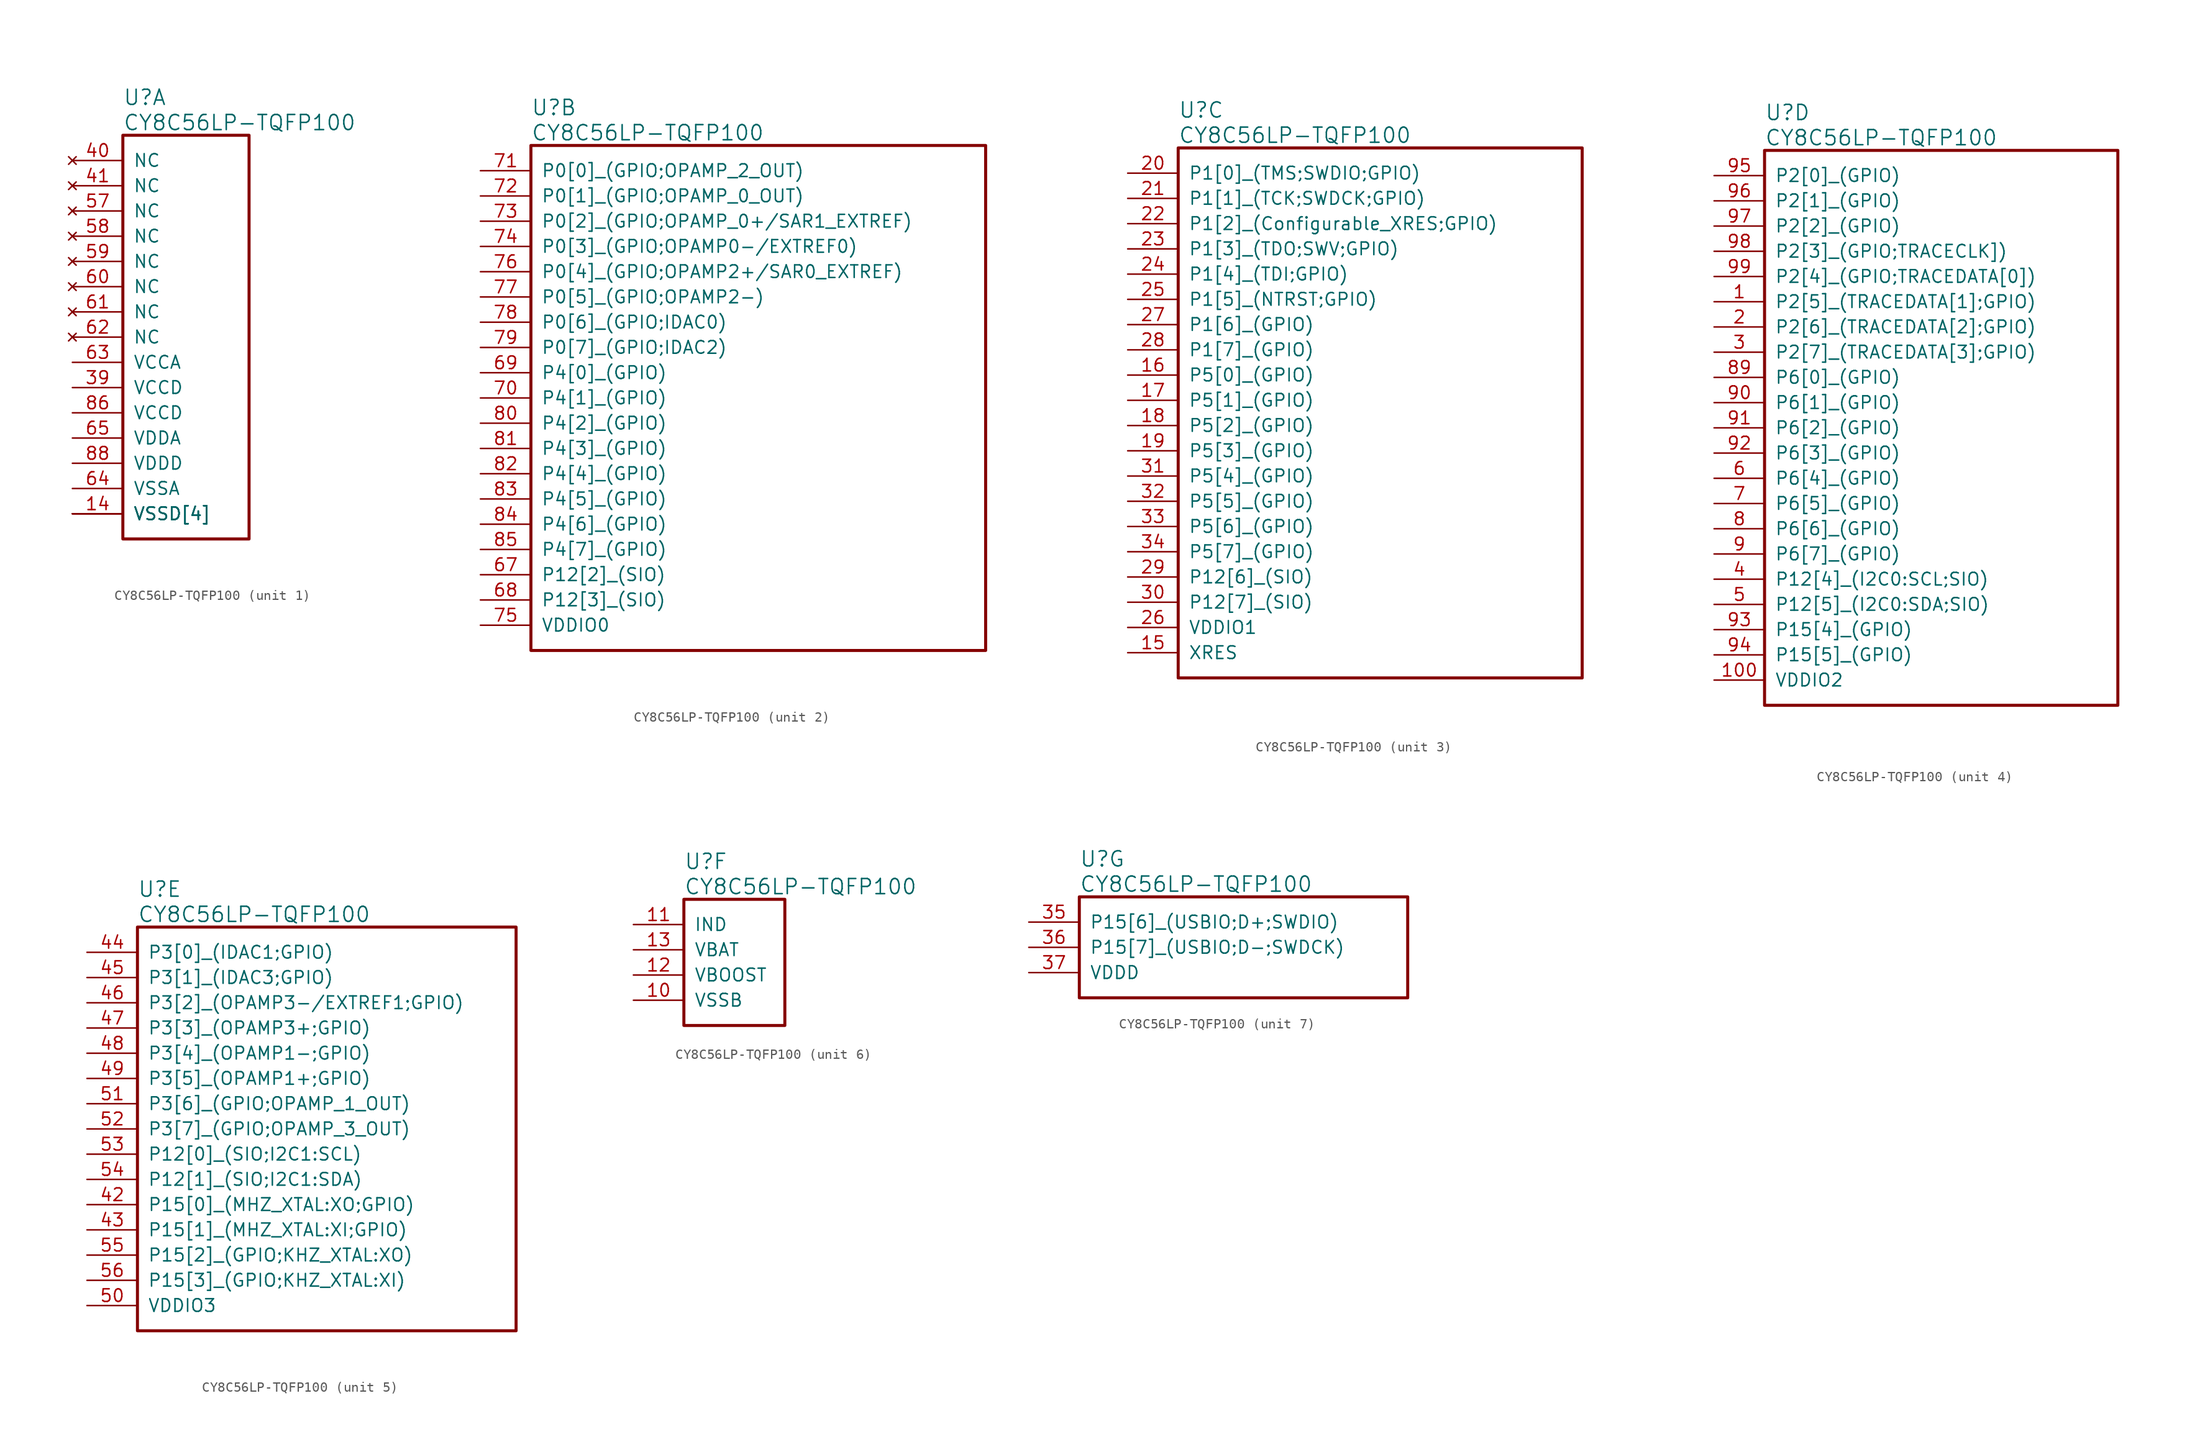
<source format=kicad_sym>
(kicad_symbol_lib
  (version 20241209)
  (generator "kicad_symbol_editor")
  (generator_version "9.0")
  (symbol "CY8C56LP-TQFP100"
    (pin_names
      (offset 1.016))
    (property "Reference" "U"
      (at 5.08 6.35 0)
      (effects (font (size 1.524 1.524)) (justify left)))
    (property "Value" "CY8C56LP-TQFP100"
      (at 5.08 3.81 0)
      (effects (font (size 1.524 1.524)) (justify left)))
    (property "ki_locked" ""
      (at 0 0 0)
      (effects (font (size 1.27 1.27))))
    (symbol "CY8C56LP-TQFP100_1_1"
      (rectangle (start 5.08 2.54) (end 17.78 -38.1) (stroke (width 0.305) (type solid)) (fill (type none)))
      (pin no_connect line (at 0 0 0) (length 5.08) (name "NC" (effects (font (size 1.27 1.27)))) (number "40" (effects (font (size 1.27 1.27)))))
      (pin no_connect line (at 0 -2.54 0) (length 5.08) (name "NC" (effects (font (size 1.27 1.27)))) (number "41" (effects (font (size 1.27 1.27)))))
      (pin no_connect line (at 0 -5.08 0) (length 5.08) (name "NC" (effects (font (size 1.27 1.27)))) (number "57" (effects (font (size 1.27 1.27)))))
      (pin no_connect line (at 0 -7.62 0) (length 5.08) (name "NC" (effects (font (size 1.27 1.27)))) (number "58" (effects (font (size 1.27 1.27)))))
      (pin no_connect line (at 0 -10.16 0) (length 5.08) (name "NC" (effects (font (size 1.27 1.27)))) (number "59" (effects (font (size 1.27 1.27)))))
      (pin no_connect line (at 0 -12.7 0) (length 5.08) (name "NC" (effects (font (size 1.27 1.27)))) (number "60" (effects (font (size 1.27 1.27)))))
      (pin no_connect line (at 0 -15.24 0) (length 5.08) (name "NC" (effects (font (size 1.27 1.27)))) (number "61" (effects (font (size 1.27 1.27)))))
      (pin no_connect line (at 0 -17.78 0) (length 5.08) (name "NC" (effects (font (size 1.27 1.27)))) (number "62" (effects (font (size 1.27 1.27)))))
      (pin power_out line (at 0 -20.32 0) (length 5.08) (name "VCCA" (effects (font (size 1.27 1.27)))) (number "63" (effects (font (size 1.27 1.27)))))
      (pin power_out line (at 0 -22.86 0) (length 5.08) (name "VCCD" (effects (font (size 1.27 1.27)))) (number "39" (effects (font (size 1.27 1.27)))))
      (pin power_out line (at 0 -25.4 0) (length 5.08) (name "VCCD" (effects (font (size 1.27 1.27)))) (number "86" (effects (font (size 1.27 1.27)))))
      (pin power_in line (at 0 -27.94 0) (length 5.08) (name "VDDA" (effects (font (size 1.27 1.27)))) (number "65" (effects (font (size 1.27 1.27)))))
      (pin power_in line (at 0 -30.48 0) (length 5.08) (name "VDDD" (effects (font (size 1.27 1.27)))) (number "88" (effects (font (size 1.27 1.27)))))
      (pin power_in line (at 0 -33.02 0) (length 5.08) (name "VSSA" (effects (font (size 1.27 1.27)))) (number "64" (effects (font (size 1.27 1.27)))))
      (pin power_in line (at 0 -35.56 0) (length 5.08) (name "VSSD[4]" (effects (font (size 1.27 1.27)))) (number "14" (effects (font (size 1.27 1.27)))))
      (pin power_in line (at 0 -35.56 0) (length 5.08) (name "VSSD[4]" (effects (font (size 1.27 1.27)))) (number "38" (effects (font (size 0 0)))))
      (pin power_in line (at 0 -35.56 0) (length 5.08) (name "VSSD[4]" (effects (font (size 1.27 1.27)))) (number "66" (effects (font (size 0 0)))))
      (pin power_in line (at 0 -35.56 0) (length 5.08) (name "VSSD[4]" (effects (font (size 1.27 1.27)))) (number "87" (effects (font (size 0 0))))))
    (symbol "CY8C56LP-TQFP100_2_1"
      (rectangle (start 5.08 2.54) (end 50.8 -48.26) (stroke (width 0.305) (type solid)) (fill (type none)))
      (pin bidirectional line (at 0 0 0) (length 5.08) (name "P0[0]_(GPIO;OPAMP_2_OUT)" (effects (font (size 1.27 1.27)))) (number "71" (effects (font (size 1.27 1.27)))))
      (pin bidirectional line (at 0 -2.54 0) (length 5.08) (name "P0[1]_(GPIO;OPAMP_0_OUT)" (effects (font (size 1.27 1.27)))) (number "72" (effects (font (size 1.27 1.27)))))
      (pin bidirectional line (at 0 -5.08 0) (length 5.08) (name "P0[2]_(GPIO;OPAMP_0+/SAR1_EXTREF)" (effects (font (size 1.27 1.27)))) (number "73" (effects (font (size 1.27 1.27)))))
      (pin bidirectional line (at 0 -7.62 0) (length 5.08) (name "P0[3]_(GPIO;OPAMP0-/EXTREF0)" (effects (font (size 1.27 1.27)))) (number "74" (effects (font (size 1.27 1.27)))))
      (pin bidirectional line (at 0 -10.16 0) (length 5.08) (name "P0[4]_(GPIO;OPAMP2+/SAR0_EXTREF)" (effects (font (size 1.27 1.27)))) (number "76" (effects (font (size 1.27 1.27)))))
      (pin bidirectional line (at 0 -12.7 0) (length 5.08) (name "P0[5]_(GPIO;OPAMP2-)" (effects (font (size 1.27 1.27)))) (number "77" (effects (font (size 1.27 1.27)))))
      (pin bidirectional line (at 0 -15.24 0) (length 5.08) (name "P0[6]_(GPIO;IDAC0)" (effects (font (size 1.27 1.27)))) (number "78" (effects (font (size 1.27 1.27)))))
      (pin bidirectional line (at 0 -17.78 0) (length 5.08) (name "P0[7]_(GPIO;IDAC2)" (effects (font (size 1.27 1.27)))) (number "79" (effects (font (size 1.27 1.27)))))
      (pin bidirectional line (at 0 -20.32 0) (length 5.08) (name "P4[0]_(GPIO)" (effects (font (size 1.27 1.27)))) (number "69" (effects (font (size 1.27 1.27)))))
      (pin bidirectional line (at 0 -22.86 0) (length 5.08) (name "P4[1]_(GPIO)" (effects (font (size 1.27 1.27)))) (number "70" (effects (font (size 1.27 1.27)))))
      (pin bidirectional line (at 0 -25.4 0) (length 5.08) (name "P4[2]_(GPIO)" (effects (font (size 1.27 1.27)))) (number "80" (effects (font (size 1.27 1.27)))))
      (pin bidirectional line (at 0 -27.94 0) (length 5.08) (name "P4[3]_(GPIO)" (effects (font (size 1.27 1.27)))) (number "81" (effects (font (size 1.27 1.27)))))
      (pin bidirectional line (at 0 -30.48 0) (length 5.08) (name "P4[4]_(GPIO)" (effects (font (size 1.27 1.27)))) (number "82" (effects (font (size 1.27 1.27)))))
      (pin bidirectional line (at 0 -33.02 0) (length 5.08) (name "P4[5]_(GPIO)" (effects (font (size 1.27 1.27)))) (number "83" (effects (font (size 1.27 1.27)))))
      (pin bidirectional line (at 0 -35.56 0) (length 5.08) (name "P4[6]_(GPIO)" (effects (font (size 1.27 1.27)))) (number "84" (effects (font (size 1.27 1.27)))))
      (pin bidirectional line (at 0 -38.1 0) (length 5.08) (name "P4[7]_(GPIO)" (effects (font (size 1.27 1.27)))) (number "85" (effects (font (size 1.27 1.27)))))
      (pin bidirectional line (at 0 -40.64 0) (length 5.08) (name "P12[2]_(SIO)" (effects (font (size 1.27 1.27)))) (number "67" (effects (font (size 1.27 1.27)))))
      (pin bidirectional line (at 0 -43.18 0) (length 5.08) (name "P12[3]_(SIO)" (effects (font (size 1.27 1.27)))) (number "68" (effects (font (size 1.27 1.27)))))
      (pin power_in line (at 0 -45.72 0) (length 5.08) (name "VDDIO0" (effects (font (size 1.27 1.27)))) (number "75" (effects (font (size 1.27 1.27))))))
    (symbol "CY8C56LP-TQFP100_3_1"
      (rectangle (start 5.08 2.54) (end 45.72 -50.8) (stroke (width 0.305) (type solid)) (fill (type none)))
      (pin bidirectional line (at 0 0 0) (length 5.08) (name "P1[0]_(TMS;SWDIO;GPIO)" (effects (font (size 1.27 1.27)))) (number "20" (effects (font (size 1.27 1.27)))))
      (pin bidirectional line (at 0 -2.54 0) (length 5.08) (name "P1[1]_(TCK;SWDCK;GPIO)" (effects (font (size 1.27 1.27)))) (number "21" (effects (font (size 1.27 1.27)))))
      (pin bidirectional line (at 0 -5.08 0) (length 5.08) (name "P1[2]_(Configurable_XRES;GPIO)" (effects (font (size 1.27 1.27)))) (number "22" (effects (font (size 1.27 1.27)))))
      (pin bidirectional line (at 0 -7.62 0) (length 5.08) (name "P1[3]_(TDO;SWV;GPIO)" (effects (font (size 1.27 1.27)))) (number "23" (effects (font (size 1.27 1.27)))))
      (pin bidirectional line (at 0 -10.16 0) (length 5.08) (name "P1[4]_(TDI;GPIO)" (effects (font (size 1.27 1.27)))) (number "24" (effects (font (size 1.27 1.27)))))
      (pin bidirectional line (at 0 -12.7 0) (length 5.08) (name "P1[5]_(NTRST;GPIO)" (effects (font (size 1.27 1.27)))) (number "25" (effects (font (size 1.27 1.27)))))
      (pin bidirectional line (at 0 -15.24 0) (length 5.08) (name "P1[6]_(GPIO)" (effects (font (size 1.27 1.27)))) (number "27" (effects (font (size 1.27 1.27)))))
      (pin bidirectional line (at 0 -17.78 0) (length 5.08) (name "P1[7]_(GPIO)" (effects (font (size 1.27 1.27)))) (number "28" (effects (font (size 1.27 1.27)))))
      (pin bidirectional line (at 0 -20.32 0) (length 5.08) (name "P5[0]_(GPIO)" (effects (font (size 1.27 1.27)))) (number "16" (effects (font (size 1.27 1.27)))))
      (pin bidirectional line (at 0 -22.86 0) (length 5.08) (name "P5[1]_(GPIO)" (effects (font (size 1.27 1.27)))) (number "17" (effects (font (size 1.27 1.27)))))
      (pin bidirectional line (at 0 -25.4 0) (length 5.08) (name "P5[2]_(GPIO)" (effects (font (size 1.27 1.27)))) (number "18" (effects (font (size 1.27 1.27)))))
      (pin bidirectional line (at 0 -27.94 0) (length 5.08) (name "P5[3]_(GPIO)" (effects (font (size 1.27 1.27)))) (number "19" (effects (font (size 1.27 1.27)))))
      (pin bidirectional line (at 0 -30.48 0) (length 5.08) (name "P5[4]_(GPIO)" (effects (font (size 1.27 1.27)))) (number "31" (effects (font (size 1.27 1.27)))))
      (pin bidirectional line (at 0 -33.02 0) (length 5.08) (name "P5[5]_(GPIO)" (effects (font (size 1.27 1.27)))) (number "32" (effects (font (size 1.27 1.27)))))
      (pin bidirectional line (at 0 -35.56 0) (length 5.08) (name "P5[6]_(GPIO)" (effects (font (size 1.27 1.27)))) (number "33" (effects (font (size 1.27 1.27)))))
      (pin bidirectional line (at 0 -38.1 0) (length 5.08) (name "P5[7]_(GPIO)" (effects (font (size 1.27 1.27)))) (number "34" (effects (font (size 1.27 1.27)))))
      (pin bidirectional line (at 0 -40.64 0) (length 5.08) (name "P12[6]_(SIO)" (effects (font (size 1.27 1.27)))) (number "29" (effects (font (size 1.27 1.27)))))
      (pin bidirectional line (at 0 -43.18 0) (length 5.08) (name "P12[7]_(SIO)" (effects (font (size 1.27 1.27)))) (number "30" (effects (font (size 1.27 1.27)))))
      (pin power_in line (at 0 -45.72 0) (length 5.08) (name "VDDIO1" (effects (font (size 1.27 1.27)))) (number "26" (effects (font (size 1.27 1.27)))))
      (pin input line (at 0 -48.26 0) (length 5.08) (name "XRES" (effects (font (size 1.27 1.27)))) (number "15" (effects (font (size 1.27 1.27))))))
    (symbol "CY8C56LP-TQFP100_4_1"
      (rectangle (start 5.08 2.54) (end 40.64 -53.34) (stroke (width 0.305) (type solid)) (fill (type none)))
      (pin bidirectional line (at 0 0 0) (length 5.08) (name "P2[0]_(GPIO)" (effects (font (size 1.27 1.27)))) (number "95" (effects (font (size 1.27 1.27)))))
      (pin bidirectional line (at 0 -2.54 0) (length 5.08) (name "P2[1]_(GPIO)" (effects (font (size 1.27 1.27)))) (number "96" (effects (font (size 1.27 1.27)))))
      (pin bidirectional line (at 0 -5.08 0) (length 5.08) (name "P2[2]_(GPIO)" (effects (font (size 1.27 1.27)))) (number "97" (effects (font (size 1.27 1.27)))))
      (pin bidirectional line (at 0 -7.62 0) (length 5.08) (name "P2[3]_(GPIO;TRACECLK])" (effects (font (size 1.27 1.27)))) (number "98" (effects (font (size 1.27 1.27)))))
      (pin bidirectional line (at 0 -10.16 0) (length 5.08) (name "P2[4]_(GPIO;TRACEDATA[0])" (effects (font (size 1.27 1.27)))) (number "99" (effects (font (size 1.27 1.27)))))
      (pin bidirectional line (at 0 -12.7 0) (length 5.08) (name "P2[5]_(TRACEDATA[1];GPIO)" (effects (font (size 1.27 1.27)))) (number "1" (effects (font (size 1.27 1.27)))))
      (pin bidirectional line (at 0 -15.24 0) (length 5.08) (name "P2[6]_(TRACEDATA[2];GPIO)" (effects (font (size 1.27 1.27)))) (number "2" (effects (font (size 1.27 1.27)))))
      (pin bidirectional line (at 0 -17.78 0) (length 5.08) (name "P2[7]_(TRACEDATA[3];GPIO)" (effects (font (size 1.27 1.27)))) (number "3" (effects (font (size 1.27 1.27)))))
      (pin bidirectional line (at 0 -20.32 0) (length 5.08) (name "P6[0]_(GPIO)" (effects (font (size 1.27 1.27)))) (number "89" (effects (font (size 1.27 1.27)))))
      (pin bidirectional line (at 0 -22.86 0) (length 5.08) (name "P6[1]_(GPIO)" (effects (font (size 1.27 1.27)))) (number "90" (effects (font (size 1.27 1.27)))))
      (pin bidirectional line (at 0 -25.4 0) (length 5.08) (name "P6[2]_(GPIO)" (effects (font (size 1.27 1.27)))) (number "91" (effects (font (size 1.27 1.27)))))
      (pin bidirectional line (at 0 -27.94 0) (length 5.08) (name "P6[3]_(GPIO)" (effects (font (size 1.27 1.27)))) (number "92" (effects (font (size 1.27 1.27)))))
      (pin bidirectional line (at 0 -30.48 0) (length 5.08) (name "P6[4]_(GPIO)" (effects (font (size 1.27 1.27)))) (number "6" (effects (font (size 1.27 1.27)))))
      (pin bidirectional line (at 0 -33.02 0) (length 5.08) (name "P6[5]_(GPIO)" (effects (font (size 1.27 1.27)))) (number "7" (effects (font (size 1.27 1.27)))))
      (pin bidirectional line (at 0 -35.56 0) (length 5.08) (name "P6[6]_(GPIO)" (effects (font (size 1.27 1.27)))) (number "8" (effects (font (size 1.27 1.27)))))
      (pin bidirectional line (at 0 -38.1 0) (length 5.08) (name "P6[7]_(GPIO)" (effects (font (size 1.27 1.27)))) (number "9" (effects (font (size 1.27 1.27)))))
      (pin bidirectional line (at 0 -40.64 0) (length 5.08) (name "P12[4]_(I2C0:SCL;SIO)" (effects (font (size 1.27 1.27)))) (number "4" (effects (font (size 1.27 1.27)))))
      (pin bidirectional line (at 0 -43.18 0) (length 5.08) (name "P12[5]_(I2C0:SDA;SIO)" (effects (font (size 1.27 1.27)))) (number "5" (effects (font (size 1.27 1.27)))))
      (pin bidirectional line (at 0 -45.72 0) (length 5.08) (name "P15[4]_(GPIO)" (effects (font (size 1.27 1.27)))) (number "93" (effects (font (size 1.27 1.27)))))
      (pin bidirectional line (at 0 -48.26 0) (length 5.08) (name "P15[5]_(GPIO)" (effects (font (size 1.27 1.27)))) (number "94" (effects (font (size 1.27 1.27)))))
      (pin power_in line (at 0 -50.8 0) (length 5.08) (name "VDDIO2" (effects (font (size 1.27 1.27)))) (number "100" (effects (font (size 1.27 1.27))))))
    (symbol "CY8C56LP-TQFP100_5_1"
      (rectangle (start 5.08 2.54) (end 43.18 -38.1) (stroke (width 0.305) (type solid)) (fill (type none)))
      (pin bidirectional line (at 0 0 0) (length 5.08) (name "P3[0]_(IDAC1;GPIO)" (effects (font (size 1.27 1.27)))) (number "44" (effects (font (size 1.27 1.27)))))
      (pin bidirectional line (at 0 -2.54 0) (length 5.08) (name "P3[1]_(IDAC3;GPIO)" (effects (font (size 1.27 1.27)))) (number "45" (effects (font (size 1.27 1.27)))))
      (pin bidirectional line (at 0 -5.08 0) (length 5.08) (name "P3[2]_(OPAMP3-/EXTREF1;GPIO)" (effects (font (size 1.27 1.27)))) (number "46" (effects (font (size 1.27 1.27)))))
      (pin bidirectional line (at 0 -7.62 0) (length 5.08) (name "P3[3]_(OPAMP3+;GPIO)" (effects (font (size 1.27 1.27)))) (number "47" (effects (font (size 1.27 1.27)))))
      (pin bidirectional line (at 0 -10.16 0) (length 5.08) (name "P3[4]_(OPAMP1-;GPIO)" (effects (font (size 1.27 1.27)))) (number "48" (effects (font (size 1.27 1.27)))))
      (pin bidirectional line (at 0 -12.7 0) (length 5.08) (name "P3[5]_(OPAMP1+;GPIO)" (effects (font (size 1.27 1.27)))) (number "49" (effects (font (size 1.27 1.27)))))
      (pin bidirectional line (at 0 -15.24 0) (length 5.08) (name "P3[6]_(GPIO;OPAMP_1_OUT)" (effects (font (size 1.27 1.27)))) (number "51" (effects (font (size 1.27 1.27)))))
      (pin bidirectional line (at 0 -17.78 0) (length 5.08) (name "P3[7]_(GPIO;OPAMP_3_OUT)" (effects (font (size 1.27 1.27)))) (number "52" (effects (font (size 1.27 1.27)))))
      (pin bidirectional line (at 0 -20.32 0) (length 5.08) (name "P12[0]_(SIO;I2C1:SCL)" (effects (font (size 1.27 1.27)))) (number "53" (effects (font (size 1.27 1.27)))))
      (pin bidirectional line (at 0 -22.86 0) (length 5.08) (name "P12[1]_(SIO;I2C1:SDA)" (effects (font (size 1.27 1.27)))) (number "54" (effects (font (size 1.27 1.27)))))
      (pin bidirectional line (at 0 -25.4 0) (length 5.08) (name "P15[0]_(MHZ_XTAL:XO;GPIO)" (effects (font (size 1.27 1.27)))) (number "42" (effects (font (size 1.27 1.27)))))
      (pin bidirectional line (at 0 -27.94 0) (length 5.08) (name "P15[1]_(MHZ_XTAL:XI;GPIO)" (effects (font (size 1.27 1.27)))) (number "43" (effects (font (size 1.27 1.27)))))
      (pin bidirectional line (at 0 -30.48 0) (length 5.08) (name "P15[2]_(GPIO;KHZ_XTAL:XO)" (effects (font (size 1.27 1.27)))) (number "55" (effects (font (size 1.27 1.27)))))
      (pin bidirectional line (at 0 -33.02 0) (length 5.08) (name "P15[3]_(GPIO;KHZ_XTAL:XI)" (effects (font (size 1.27 1.27)))) (number "56" (effects (font (size 1.27 1.27)))))
      (pin power_in line (at 0 -35.56 0) (length 5.08) (name "VDDIO3" (effects (font (size 1.27 1.27)))) (number "50" (effects (font (size 1.27 1.27))))))
    (symbol "CY8C56LP-TQFP100_6_1"
      (rectangle (start 5.08 2.54) (end 15.24 -10.16) (stroke (width 0.305) (type solid)) (fill (type none)))
      (pin passive line (at 0 0 0) (length 5.08) (name "IND" (effects (font (size 1.27 1.27)))) (number "11" (effects (font (size 1.27 1.27)))))
      (pin power_in line (at 0 -2.54 0) (length 5.08) (name "VBAT" (effects (font (size 1.27 1.27)))) (number "13" (effects (font (size 1.27 1.27)))))
      (pin input line (at 0 -5.08 0) (length 5.08) (name "VBOOST" (effects (font (size 1.27 1.27)))) (number "12" (effects (font (size 1.27 1.27)))))
      (pin power_in line (at 0 -7.62 0) (length 5.08) (name "VSSB" (effects (font (size 1.27 1.27)))) (number "10" (effects (font (size 1.27 1.27))))))
    (symbol "CY8C56LP-TQFP100_7_1"
      (rectangle (start 5.08 2.54) (end 38.1 -7.62) (stroke (width 0.305) (type solid)) (fill (type none)))
      (pin bidirectional line (at 0 0 0) (length 5.08) (name "P15[6]_(USBIO;D+;SWDIO)" (effects (font (size 1.27 1.27)))) (number "35" (effects (font (size 1.27 1.27)))))
      (pin bidirectional line (at 0 -2.54 0) (length 5.08) (name "P15[7]_(USBIO;D-;SWDCK)" (effects (font (size 1.27 1.27)))) (number "36" (effects (font (size 1.27 1.27)))))
      (pin power_in line (at 0 -5.08 0) (length 5.08) (name "VDDD" (effects (font (size 1.27 1.27)))) (number "37" (effects (font (size 1.27 1.27))))))))
</source>
